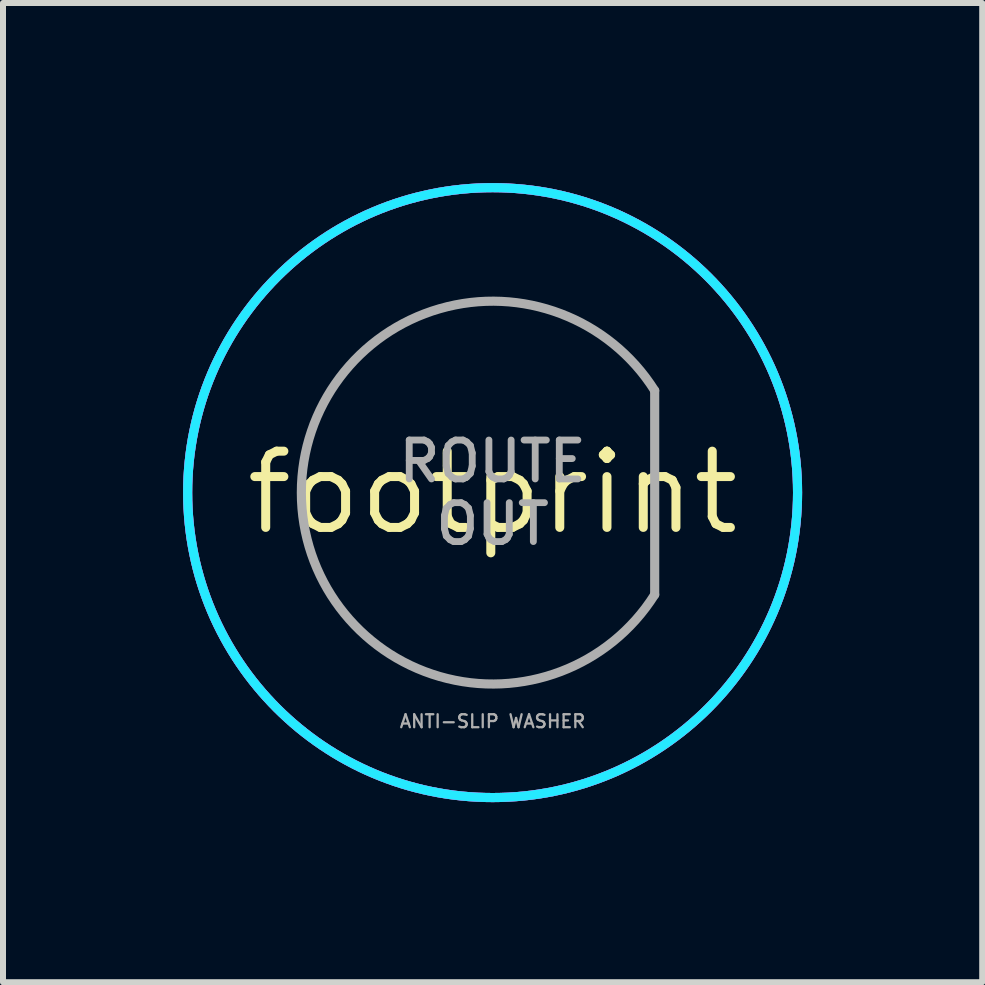
<source format=kicad_pcb>
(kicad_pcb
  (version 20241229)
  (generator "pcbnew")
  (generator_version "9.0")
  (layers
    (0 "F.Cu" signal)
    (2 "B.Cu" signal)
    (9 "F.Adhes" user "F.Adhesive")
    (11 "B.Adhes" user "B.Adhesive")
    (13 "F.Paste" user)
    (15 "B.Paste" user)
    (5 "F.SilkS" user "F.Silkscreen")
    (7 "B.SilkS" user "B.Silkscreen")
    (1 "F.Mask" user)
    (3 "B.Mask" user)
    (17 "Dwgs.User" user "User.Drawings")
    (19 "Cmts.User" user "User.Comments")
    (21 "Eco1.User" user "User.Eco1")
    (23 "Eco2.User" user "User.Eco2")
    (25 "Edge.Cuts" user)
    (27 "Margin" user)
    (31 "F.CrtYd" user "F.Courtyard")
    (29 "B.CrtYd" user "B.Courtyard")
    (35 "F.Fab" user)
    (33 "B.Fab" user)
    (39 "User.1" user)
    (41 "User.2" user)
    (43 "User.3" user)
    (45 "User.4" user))
  (footprint "footprint"
    (layer "F.Cu")
    (at 5.156 5.156)
    (property "Reference" "footprint" (at 0 0 0) (layer "F.SilkS") (effects (font (size 1.27 1.27) (thickness 0.15))))
    (fp_circle (center 0 0) (end 2.54 0) (stroke (width 5.08) (type solid)) (fill no) (layer "F.Mask"))
    (fp_circle (center 0 0) (end 2.54 0) (stroke (width 5.08) (type solid)) (fill no) (layer "B.Mask"))
    (fp_circle (center 0 0) (end 5.08 0) (stroke (width 0.152) (type solid)) (fill no) (layer "B.CrtYd"))
    (fp_circle (center 0 0) (end 5.08 0) (stroke (width 0.152) (type solid)) (fill no) (layer "F.CrtYd"))
    (fp_line (start 2.7 -1.7) (end 2.7 1.7) (stroke (width 0.152) (type solid)) (layer "F.Fab"))
    (fp_arc (start 2.7 1.7) (mid -3.186083 0) (end 2.7 -1.7) (stroke (width 0.1524) (type solid)) (layer "F.Fab"))
    (fp_circle (center 0 0) (end 5.08 0) (stroke (width 0.152) (type solid)) (fill no) (layer "F.Fab"))
    (fp_text user "ROUTE\nOUT" (at 0 0 0) (layer "F.Fab") (effects (font (size 0.648 0.648) (thickness 0.114))))
    (fp_text user "ANTI-SLIP WASHER" (at 0 3.81 0) (layer "F.Fab") (effects (font (size 0.216 0.216) (thickness 0.038))))
    (zone (net_name "") (layer "F.Cu") (hatch edge 0.508) (connect_pads) (min_thickness 0.254) (filled_areas_thickness no) (keepout (tracks not_allowed) (vias not_allowed) (pads not_allowed) (copperpour not_allowed) (footprints allowed)) (placement (enabled no)) (fill) (polygon (pts (xy 10.236 5.156) (xy 10.159 4.274) (xy 9.93 3.419) (xy 9.556 2.616) (xy 9.048 1.891) (xy 8.422 1.265) (xy 7.696 0.757) (xy 6.894 0.383) (xy 6.038 0.153) (xy 5.156 0.076) (xy 4.274 0.153) (xy 3.419 0.383) (xy 2.616 0.757) (xy 1.891 1.265) (xy 1.265 1.891) (xy 0.757 2.616) (xy 0.383 3.419) (xy 0.153 4.274) (xy 0.076 5.156) (xy 0.153 6.038) (xy 0.383 6.894) (xy 0.757 7.696) (xy 1.265 8.422) (xy 1.891 9.048) (xy 2.616 9.556) (xy 3.419 9.93) (xy 4.274 10.159) (xy 5.156 10.236) (xy 6.038 10.159) (xy 6.894 9.93) (xy 7.696 9.556) (xy 8.422 9.048) (xy 9.048 8.422) (xy 9.556 7.696) (xy 9.93 6.894) (xy 10.159 6.038))) (polygon (pts (xy 5.156 5.156))))
    (zone (net_name "") (layer "B.Cu") (hatch edge 0.508) (connect_pads) (min_thickness 0.254) (filled_areas_thickness no) (keepout (tracks not_allowed) (vias not_allowed) (pads not_allowed) (copperpour not_allowed) (footprints allowed)) (placement (enabled no)) (fill) (polygon (pts (xy 10.236 5.156) (xy 10.159 4.274) (xy 9.93 3.419) (xy 9.556 2.616) (xy 9.048 1.891) (xy 8.422 1.265) (xy 7.696 0.757) (xy 6.894 0.383) (xy 6.038 0.153) (xy 5.156 0.076) (xy 4.274 0.153) (xy 3.419 0.383) (xy 2.616 0.757) (xy 1.891 1.265) (xy 1.265 1.891) (xy 0.757 2.616) (xy 0.383 3.419) (xy 0.153 4.274) (xy 0.076 5.156) (xy 0.153 6.038) (xy 0.383 6.894) (xy 0.757 7.696) (xy 1.265 8.422) (xy 1.891 9.048) (xy 2.616 9.556) (xy 3.419 9.93) (xy 4.274 10.159) (xy 5.156 10.236) (xy 6.038 10.159) (xy 6.894 9.93) (xy 7.696 9.556) (xy 8.422 9.048) (xy 9.048 8.422) (xy 9.556 7.696) (xy 9.93 6.894) (xy 10.159 6.038))) (polygon (pts (xy 5.156 5.156)))))
  (gr_rect
    (start -3 -3)
    (end 13.312 13.312)
    (stroke (width 0.1) (type default))
    (fill no)
    (layer "Edge.Cuts")))
</source>
